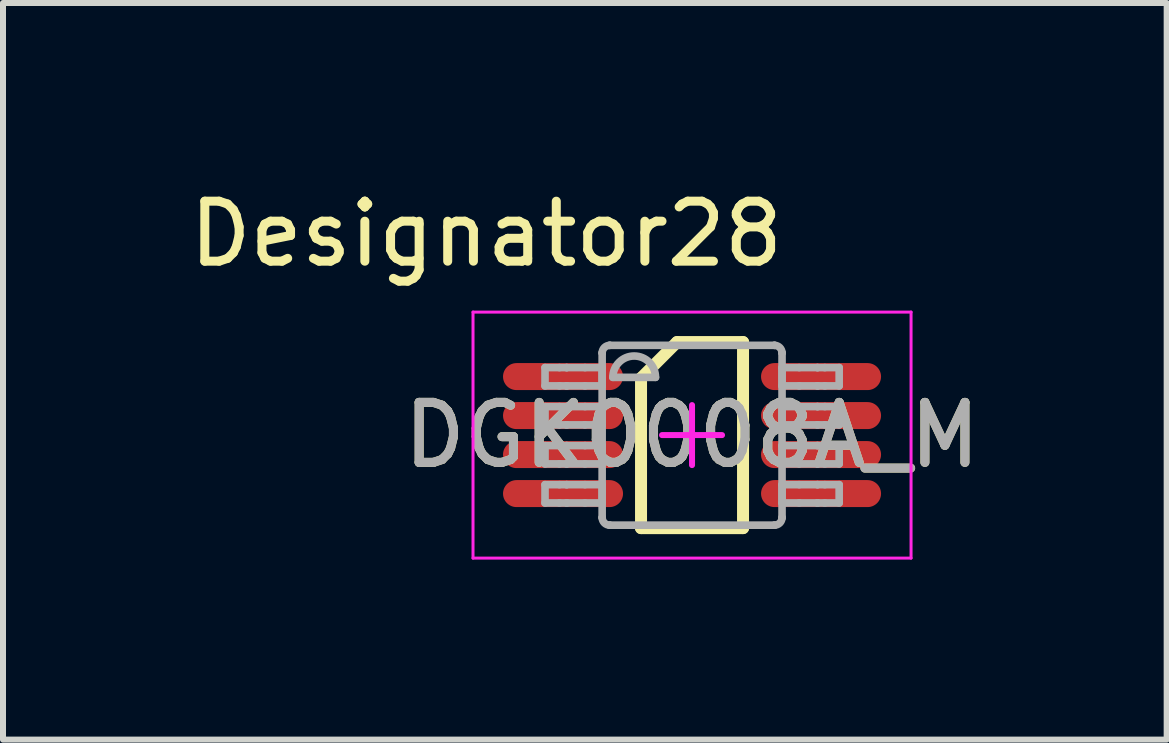
<source format=kicad_pcb>
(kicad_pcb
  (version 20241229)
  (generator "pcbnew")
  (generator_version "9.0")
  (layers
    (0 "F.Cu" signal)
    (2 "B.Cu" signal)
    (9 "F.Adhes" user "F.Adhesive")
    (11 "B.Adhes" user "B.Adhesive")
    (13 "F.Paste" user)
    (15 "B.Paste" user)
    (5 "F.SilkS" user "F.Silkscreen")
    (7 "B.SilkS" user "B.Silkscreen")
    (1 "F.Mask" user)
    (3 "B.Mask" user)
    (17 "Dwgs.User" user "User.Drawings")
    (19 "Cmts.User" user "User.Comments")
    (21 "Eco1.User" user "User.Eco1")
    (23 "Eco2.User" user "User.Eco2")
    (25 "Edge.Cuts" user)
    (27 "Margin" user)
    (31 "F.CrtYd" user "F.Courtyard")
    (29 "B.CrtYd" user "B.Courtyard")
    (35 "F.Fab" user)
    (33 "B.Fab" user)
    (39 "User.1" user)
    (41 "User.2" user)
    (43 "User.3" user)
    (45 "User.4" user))
  (footprint "DGK0008A_M"
    (layer "F.Cu")
    (at 8.483 4.201)
    (property "Reference" "DGK0008A_M" (at 0 0 0) (unlocked yes) (layer "F.SilkS") (effects (font (size 1 1) (thickness 0.15))))
    (attr smd)
    (fp_line (start -0.85 -0.95) (end -0.25 -1.55) (stroke (width 0.2) (type solid)) (layer "F.SilkS"))
    (fp_line (start -0.85 1.55) (end -0.85 -0.95) (stroke (width 0.2) (type solid)) (layer "F.SilkS"))
    (fp_line (start -0.85 1.55) (end 0.85 1.55) (stroke (width 0.2) (type solid)) (layer "F.SilkS"))
    (fp_line (start -0.25 -1.55) (end 0.85 -1.55) (stroke (width 0.2) (type solid)) (layer "F.SilkS"))
    (fp_line (start 0.85 1.55) (end 0.85 -1.55) (stroke (width 0.2) (type solid)) (layer "F.SilkS"))
    (fp_line (start -3.65 -2.05) (end 3.65 -2.05) (stroke (width 0.05) (type solid)) (layer "F.CrtYd"))
    (fp_line (start -3.65 2.05) (end -3.65 -2.05) (stroke (width 0.05) (type solid)) (layer "F.CrtYd"))
    (fp_line (start -3.65 2.05) (end 3.65 2.05) (stroke (width 0.05) (type solid)) (layer "F.CrtYd"))
    (fp_line (start -0.5 -0.000003) (end 0.5 -0.000003) (stroke (width 0.1) (type solid)) (layer "F.CrtYd"))
    (fp_line (start 0.000003 0.5) (end 0.000003 -0.5) (stroke (width 0.1) (type solid)) (layer "F.CrtYd"))
    (fp_line (start 3.65 2.05) (end 3.65 -2.05) (stroke (width 0.05) (type solid)) (layer "F.CrtYd"))
    (fp_line (start -2.45 -1.125) (end -2.21 -1.125) (stroke (width 0.127) (type solid)) (layer "F.Fab"))
    (fp_line (start -2.45 -0.82) (end -2.45 -1.125) (stroke (width 0.127) (type solid)) (layer "F.Fab"))
    (fp_line (start -2.45 -0.82) (end -2.21 -0.82) (stroke (width 0.127) (type solid)) (layer "F.Fab"))
    (fp_line (start -2.45 -0.475) (end -2.21 -0.475) (stroke (width 0.127) (type solid)) (layer "F.Fab"))
    (fp_line (start -2.45 -0.17) (end -2.45 -0.475) (stroke (width 0.127) (type solid)) (layer "F.Fab"))
    (fp_line (start -2.45 -0.17) (end -2.21 -0.17) (stroke (width 0.127) (type solid)) (layer "F.Fab"))
    (fp_line (start -2.45 0.175) (end -2.21 0.175) (stroke (width 0.127) (type solid)) (layer "F.Fab"))
    (fp_line (start -2.45 0.48) (end -2.45 0.175) (stroke (width 0.127) (type solid)) (layer "F.Fab"))
    (fp_line (start -2.45 0.48) (end -2.21 0.48) (stroke (width 0.127) (type solid)) (layer "F.Fab"))
    (fp_line (start -2.45 0.826) (end -2.21 0.826) (stroke (width 0.127) (type solid)) (layer "F.Fab"))
    (fp_line (start -2.45 1.131) (end -2.45 0.826) (stroke (width 0.127) (type solid)) (layer "F.Fab"))
    (fp_line (start -2.45 1.131) (end -2.21 1.131) (stroke (width 0.127) (type solid)) (layer "F.Fab"))
    (fp_line (start -2.21 -1.125) (end -2.091 -1.125) (stroke (width 0.127) (type solid)) (layer "F.Fab"))
    (fp_line (start -2.21 -0.82) (end -2.091 -0.82) (stroke (width 0.127) (type solid)) (layer "F.Fab"))
    (fp_line (start -2.21 -0.475) (end -2.091 -0.475) (stroke (width 0.127) (type solid)) (layer "F.Fab"))
    (fp_line (start -2.21 -0.17) (end -2.091 -0.17) (stroke (width 0.127) (type solid)) (layer "F.Fab"))
    (fp_line (start -2.21 0.175) (end -2.091 0.175) (stroke (width 0.127) (type solid)) (layer "F.Fab"))
    (fp_line (start -2.21 0.48) (end -2.091 0.48) (stroke (width 0.127) (type solid)) (layer "F.Fab"))
    (fp_line (start -2.21 0.826) (end -2.091 0.826) (stroke (width 0.127) (type solid)) (layer "F.Fab"))
    (fp_line (start -2.21 1.131) (end -2.091 1.131) (stroke (width 0.127) (type solid)) (layer "F.Fab"))
    (fp_line (start -2.091 -1.125) (end -2.087 -1.125) (stroke (width 0.127) (type solid)) (layer "F.Fab"))
    (fp_line (start -2.091 -0.82) (end -2.087 -0.82) (stroke (width 0.127) (type solid)) (layer "F.Fab"))
    (fp_line (start -2.091 -0.475) (end -2.087 -0.475) (stroke (width 0.127) (type solid)) (layer "F.Fab"))
    (fp_line (start -2.091 -0.17) (end -2.087 -0.17) (stroke (width 0.127) (type solid)) (layer "F.Fab"))
    (fp_line (start -2.091 0.175) (end -2.087 0.175) (stroke (width 0.127) (type solid)) (layer "F.Fab"))
    (fp_line (start -2.091 0.48) (end -2.087 0.48) (stroke (width 0.127) (type solid)) (layer "F.Fab"))
    (fp_line (start -2.091 0.826) (end -2.087 0.826) (stroke (width 0.127) (type solid)) (layer "F.Fab"))
    (fp_line (start -2.091 1.131) (end -2.087 1.131) (stroke (width 0.127) (type solid)) (layer "F.Fab"))
    (fp_line (start -2.087 -1.125) (end -1.784 -1.125) (stroke (width 0.127) (type solid)) (layer "F.Fab"))
    (fp_line (start -2.087 -0.82) (end -1.784 -0.82) (stroke (width 0.127) (type solid)) (layer "F.Fab"))
    (fp_line (start -2.087 -0.475) (end -1.784 -0.475) (stroke (width 0.127) (type solid)) (layer "F.Fab"))
    (fp_line (start -2.087 -0.17) (end -1.784 -0.17) (stroke (width 0.127) (type solid)) (layer "F.Fab"))
    (fp_line (start -2.087 0.175) (end -1.784 0.175) (stroke (width 0.127) (type solid)) (layer "F.Fab"))
    (fp_line (start -2.087 0.48) (end -1.784 0.48) (stroke (width 0.127) (type solid)) (layer "F.Fab"))
    (fp_line (start -2.087 0.826) (end -1.784 0.826) (stroke (width 0.127) (type solid)) (layer "F.Fab"))
    (fp_line (start -2.087 1.131) (end -1.784 1.131) (stroke (width 0.127) (type solid)) (layer "F.Fab"))
    (fp_line (start -1.784 -1.125) (end -1.498 -1.125) (stroke (width 0.127) (type solid)) (layer "F.Fab"))
    (fp_line (start -1.784 -0.82) (end -1.498 -0.82) (stroke (width 0.127) (type solid)) (layer "F.Fab"))
    (fp_line (start -1.784 -0.475) (end -1.498 -0.475) (stroke (width 0.127) (type solid)) (layer "F.Fab"))
    (fp_line (start -1.784 -0.17) (end -1.498 -0.17) (stroke (width 0.127) (type solid)) (layer "F.Fab"))
    (fp_line (start -1.784 0.175) (end -1.498 0.175) (stroke (width 0.127) (type solid)) (layer "F.Fab"))
    (fp_line (start -1.784 0.48) (end -1.498 0.48) (stroke (width 0.127) (type solid)) (layer "F.Fab"))
    (fp_line (start -1.784 0.826) (end -1.498 0.826) (stroke (width 0.127) (type solid)) (layer "F.Fab"))
    (fp_line (start -1.784 1.131) (end -1.498 1.131) (stroke (width 0.127) (type solid)) (layer "F.Fab"))
    (fp_line (start -1.498 -1.369) (end -1.497 -1.372) (stroke (width 0.127) (type solid)) (layer "F.Fab"))
    (fp_line (start -1.498 -0.82) (end -1.498 -1.125) (stroke (width 0.127) (type solid)) (layer "F.Fab"))
    (fp_line (start -1.498 -0.17) (end -1.498 -0.475) (stroke (width 0.127) (type solid)) (layer "F.Fab"))
    (fp_line (start -1.498 0.48) (end -1.498 0.175) (stroke (width 0.127) (type solid)) (layer "F.Fab"))
    (fp_line (start -1.498 1.131) (end -1.498 0.826) (stroke (width 0.127) (type solid)) (layer "F.Fab"))
    (fp_line (start -1.498 1.374) (end -1.498 -1.369) (stroke (width 0.127) (type solid)) (layer "F.Fab"))
    (fp_line (start -1.498 1.374) (end -1.497 1.377) (stroke (width 0.127) (type solid)) (layer "F.Fab"))
    (fp_line (start -1.373 -1.496) (end -1.371 -1.496) (stroke (width 0.127) (type solid)) (layer "F.Fab"))
    (fp_line (start -1.373 1.501) (end -1.371 1.501) (stroke (width 0.127) (type solid)) (layer "F.Fab"))
    (fp_line (start -1.371 -1.496) (end 1.373 -1.496) (stroke (width 0.127) (type solid)) (layer "F.Fab"))
    (fp_line (start -1.371 1.501) (end 1.373 1.501) (stroke (width 0.127) (type solid)) (layer "F.Fab"))
    (fp_line (start -1.32 -0.962) (end -0.609 -0.962) (stroke (width 0.127) (type solid)) (layer "F.Fab"))
    (fp_line (start 1.373 -1.496) (end 1.375 -1.496) (stroke (width 0.127) (type solid)) (layer "F.Fab"))
    (fp_line (start 1.373 1.501) (end 1.375 1.501) (stroke (width 0.127) (type solid)) (layer "F.Fab"))
    (fp_line (start 1.5 -1.372) (end 1.5 -1.369) (stroke (width 0.127) (type solid)) (layer "F.Fab"))
    (fp_line (start 1.5 1.377) (end 1.5 1.374) (stroke (width 0.127) (type solid)) (layer "F.Fab"))
    (fp_line (start 1.5 -1.125) (end 1.786 -1.125) (stroke (width 0.127) (type solid)) (layer "F.Fab"))
    (fp_line (start 1.5 -0.82) (end 1.5 -1.125) (stroke (width 0.127) (type solid)) (layer "F.Fab"))
    (fp_line (start 1.5 -0.82) (end 1.786 -0.82) (stroke (width 0.127) (type solid)) (layer "F.Fab"))
    (fp_line (start 1.5 -0.475) (end 1.786 -0.475) (stroke (width 0.127) (type solid)) (layer "F.Fab"))
    (fp_line (start 1.5 -0.17) (end 1.5 -0.475) (stroke (width 0.127) (type solid)) (layer "F.Fab"))
    (fp_line (start 1.5 -0.17) (end 1.786 -0.17) (stroke (width 0.127) (type solid)) (layer "F.Fab"))
    (fp_line (start 1.5 0.175) (end 1.786 0.175) (stroke (width 0.127) (type solid)) (layer "F.Fab"))
    (fp_line (start 1.5 0.48) (end 1.5 0.175) (stroke (width 0.127) (type solid)) (layer "F.Fab"))
    (fp_line (start 1.5 0.48) (end 1.786 0.48) (stroke (width 0.127) (type solid)) (layer "F.Fab"))
    (fp_line (start 1.5 0.826) (end 1.786 0.826) (stroke (width 0.127) (type solid)) (layer "F.Fab"))
    (fp_line (start 1.5 1.131) (end 1.5 0.826) (stroke (width 0.127) (type solid)) (layer "F.Fab"))
    (fp_line (start 1.5 1.131) (end 1.786 1.131) (stroke (width 0.127) (type solid)) (layer "F.Fab"))
    (fp_line (start 1.5 1.374) (end 1.5 -1.369) (stroke (width 0.127) (type solid)) (layer "F.Fab"))
    (fp_line (start 1.786 -1.125) (end 2.089 -1.125) (stroke (width 0.127) (type solid)) (layer "F.Fab"))
    (fp_line (start 1.786 -0.82) (end 2.089 -0.82) (stroke (width 0.127) (type solid)) (layer "F.Fab"))
    (fp_line (start 1.786 -0.475) (end 2.089 -0.475) (stroke (width 0.127) (type solid)) (layer "F.Fab"))
    (fp_line (start 1.786 -0.17) (end 2.089 -0.17) (stroke (width 0.127) (type solid)) (layer "F.Fab"))
    (fp_line (start 1.786 0.175) (end 2.089 0.175) (stroke (width 0.127) (type solid)) (layer "F.Fab"))
    (fp_line (start 1.786 0.48) (end 2.089 0.48) (stroke (width 0.127) (type solid)) (layer "F.Fab"))
    (fp_line (start 1.786 0.826) (end 2.089 0.826) (stroke (width 0.127) (type solid)) (layer "F.Fab"))
    (fp_line (start 1.786 1.131) (end 2.089 1.131) (stroke (width 0.127) (type solid)) (layer "F.Fab"))
    (fp_line (start 2.089 -1.125) (end 2.093 -1.125) (stroke (width 0.127) (type solid)) (layer "F.Fab"))
    (fp_line (start 2.089 -0.82) (end 2.093 -0.82) (stroke (width 0.127) (type solid)) (layer "F.Fab"))
    (fp_line (start 2.089 -0.475) (end 2.093 -0.475) (stroke (width 0.127) (type solid)) (layer "F.Fab"))
    (fp_line (start 2.089 -0.17) (end 2.093 -0.17) (stroke (width 0.127) (type solid)) (layer "F.Fab"))
    (fp_line (start 2.089 0.175) (end 2.093 0.175) (stroke (width 0.127) (type solid)) (layer "F.Fab"))
    (fp_line (start 2.089 0.48) (end 2.093 0.48) (stroke (width 0.127) (type solid)) (layer "F.Fab"))
    (fp_line (start 2.089 0.826) (end 2.093 0.826) (stroke (width 0.127) (type solid)) (layer "F.Fab"))
    (fp_line (start 2.089 1.131) (end 2.093 1.131) (stroke (width 0.127) (type solid)) (layer "F.Fab"))
    (fp_line (start 2.093 -1.125) (end 2.213 -1.125) (stroke (width 0.127) (type solid)) (layer "F.Fab"))
    (fp_line (start 2.093 -0.82) (end 2.213 -0.82) (stroke (width 0.127) (type solid)) (layer "F.Fab"))
    (fp_line (start 2.093 -0.475) (end 2.213 -0.475) (stroke (width 0.127) (type solid)) (layer "F.Fab"))
    (fp_line (start 2.093 -0.17) (end 2.213 -0.17) (stroke (width 0.127) (type solid)) (layer "F.Fab"))
    (fp_line (start 2.093 0.175) (end 2.213 0.175) (stroke (width 0.127) (type solid)) (layer "F.Fab"))
    (fp_line (start 2.093 0.48) (end 2.213 0.48) (stroke (width 0.127) (type solid)) (layer "F.Fab"))
    (fp_line (start 2.093 0.826) (end 2.213 0.826) (stroke (width 0.127) (type solid)) (layer "F.Fab"))
    (fp_line (start 2.093 1.131) (end 2.213 1.131) (stroke (width 0.127) (type solid)) (layer "F.Fab"))
    (fp_line (start 2.213 -1.125) (end 2.452 -1.125) (stroke (width 0.127) (type solid)) (layer "F.Fab"))
    (fp_line (start 2.213 -0.82) (end 2.452 -0.82) (stroke (width 0.127) (type solid)) (layer "F.Fab"))
    (fp_line (start 2.213 -0.475) (end 2.452 -0.475) (stroke (width 0.127) (type solid)) (layer "F.Fab"))
    (fp_line (start 2.213 -0.17) (end 2.452 -0.17) (stroke (width 0.127) (type solid)) (layer "F.Fab"))
    (fp_line (start 2.213 0.175) (end 2.452 0.175) (stroke (width 0.127) (type solid)) (layer "F.Fab"))
    (fp_line (start 2.213 0.48) (end 2.452 0.48) (stroke (width 0.127) (type solid)) (layer "F.Fab"))
    (fp_line (start 2.213 0.826) (end 2.452 0.826) (stroke (width 0.127) (type solid)) (layer "F.Fab"))
    (fp_line (start 2.213 1.131) (end 2.452 1.131) (stroke (width 0.127) (type solid)) (layer "F.Fab"))
    (fp_line (start 2.452 -0.82) (end 2.452 -1.125) (stroke (width 0.127) (type solid)) (layer "F.Fab"))
    (fp_line (start 2.452 -0.17) (end 2.452 -0.475) (stroke (width 0.127) (type solid)) (layer "F.Fab"))
    (fp_line (start 2.452 0.48) (end 2.452 0.175) (stroke (width 0.127) (type solid)) (layer "F.Fab"))
    (fp_line (start 2.452 1.131) (end 2.452 0.826) (stroke (width 0.127) (type solid)) (layer "F.Fab"))
    (fp_arc (start -1.497476 -1.371582) (mid -1.460306 -1.458644) (end -1.373243 -1.495814) (stroke (width 0.127) (type solid)) (layer "F.Fab"))
    (fp_arc (start -1.373243 1.501336) (mid -1.460306 1.464166) (end -1.497476 1.377104) (stroke (width 0.127) (type solid)) (layer "F.Fab"))
    (fp_arc (start -1.3197 -0.962439) (mid -0.9641 -1.318039) (end -0.6085 -0.962439) (stroke (width 0.127) (type solid)) (layer "F.Fab"))
    (fp_arc (start 1.375443 -1.495814) (mid 1.462505 -1.458644) (end 1.499675 -1.371582) (stroke (width 0.127) (type solid)) (layer "F.Fab"))
    (fp_arc (start 1.499675 1.377104) (mid 1.462505 1.464166) (end 1.375443 1.501336) (stroke (width 0.127) (type solid)) (layer "F.Fab"))
    (fp_text user "Designator28" (at -3.429 -3.353 0) (unlocked yes) (layer "F.SilkS") (effects (font (size 1 1) (thickness 0.15))))
    (fp_text user "${REFERENCE}" (at 0 0 0) (unlocked yes) (layer "F.Fab") (effects (font (size 1 1) (thickness 0.15))))
    (pad "1" smd oval (at -2.15 -0.975 90) (size 0.45 2) (layers "F.Cu" "F.Mask" "F.Paste"))
    (pad "2" smd oval (at -2.15 -0.325 90) (size 0.45 2) (layers "F.Cu" "F.Mask" "F.Paste"))
    (pad "3" smd oval (at -2.15 0.325 90) (size 0.45 2) (layers "F.Cu" "F.Mask" "F.Paste"))
    (pad "4" smd oval (at -2.15 0.975 90) (size 0.45 2) (layers "F.Cu" "F.Mask" "F.Paste"))
    (pad "5" smd oval (at 2.15 0.975 90) (size 0.45 2) (layers "F.Cu" "F.Mask" "F.Paste"))
    (pad "6" smd oval (at 2.15 0.325 90) (size 0.45 2) (layers "F.Cu" "F.Mask" "F.Paste"))
    (pad "7" smd oval (at 2.15 -0.325 90) (size 0.45 2) (layers "F.Cu" "F.Mask" "F.Paste"))
    (pad "8" smd oval (at 2.15 -0.975 90) (size 0.45 2) (layers "F.Cu" "F.Mask" "F.Paste")))
  (gr_rect
    (start -3 -3)
    (end 16.393 9.276)
    (stroke (width 0.1) (type default))
    (fill no)
    (layer "Edge.Cuts")))
</source>
